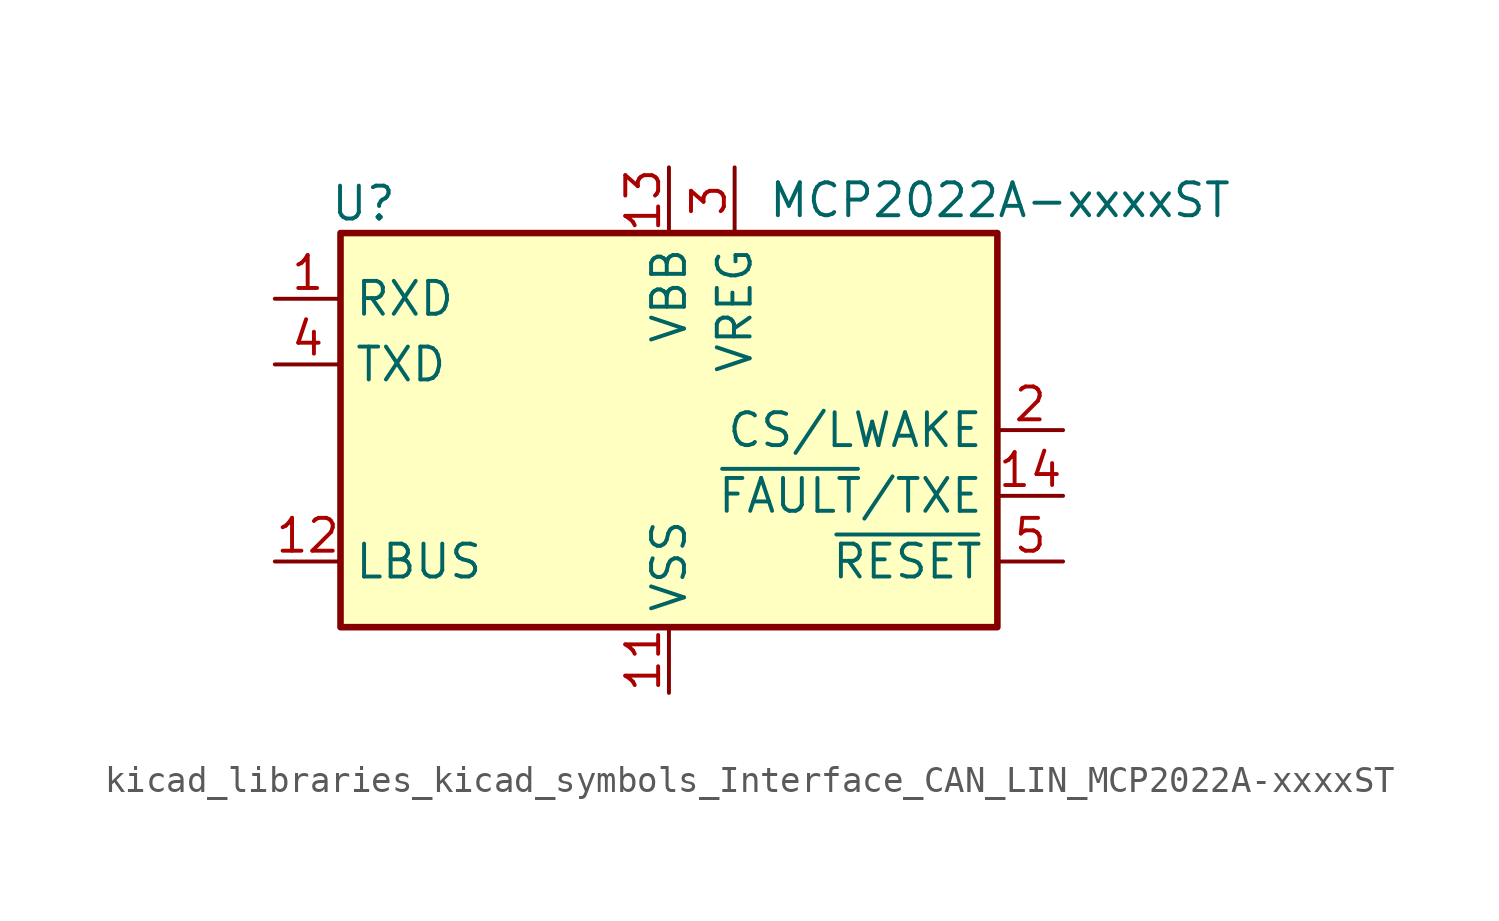
<source format=kicad_sym>
(kicad_symbol_lib
  (version 20220914)
  (generator kicad_symbol_editor)
  (symbol "kicad_libraries_kicad_symbols_Interface_CAN_LIN_MCP2022A-xxxxST"
    (property "Reference" "U"
      (at -11.811 8.763 0)
      (effects (font (size 1.27 1.27))))
    (property "Value" "MCP2022A-xxxxST"
      (at 3.81 8.89 0)
      (effects (font (size 1.27 1.27)) (justify left)))
    (symbol "kicad_libraries_kicad_symbols_Interface_CAN_LIN_MCP2022A-xxxxST_0_1"
      (rectangle (start -12.7 7.62) (end 12.7 -7.62) (stroke (width 0.254) (type default)) (fill (type background))))
    (symbol "kicad_libraries_kicad_symbols_Interface_CAN_LIN_MCP2022A-xxxxST_1_1"
      (pin output line (at -15.24 5.08 0) (length 2.54) (name "RXD" (effects (font (size 1.27 1.27)))) (number "1" (effects (font (size 1.27 1.27)))))
      (pin no_connect line (at -10.16 -7.62 90) (length 2.54) hide (name "NC" (effects (font (size 1.27 1.27)))) (number "10" (effects (font (size 1.27 1.27)))))
      (pin power_in line (at 0 -10.16 90) (length 2.54) (name "VSS" (effects (font (size 1.27 1.27)))) (number "11" (effects (font (size 1.27 1.27)))))
      (pin open_collector line (at -15.24 -5.08 0) (length 2.54) (name "LBUS" (effects (font (size 1.27 1.27)))) (number "12" (effects (font (size 1.27 1.27)))))
      (pin power_in line (at 0 10.16 270) (length 2.54) (name "VBB" (effects (font (size 1.27 1.27)))) (number "13" (effects (font (size 1.27 1.27)))))
      (pin open_collector line (at 15.24 -2.54 180) (length 2.54) (name "~{FAULT}/TXE" (effects (font (size 1.27 1.27)))) (number "14" (effects (font (size 1.27 1.27)))))
      (pin input line (at 15.24 0 180) (length 2.54) (name "CS/LWAKE" (effects (font (size 1.27 1.27)))) (number "2" (effects (font (size 1.27 1.27)))))
      (pin power_out line (at 2.54 10.16 270) (length 2.54) (name "VREG" (effects (font (size 1.27 1.27)))) (number "3" (effects (font (size 1.27 1.27)))))
      (pin input line (at -15.24 2.54 0) (length 2.54) (name "TXD" (effects (font (size 1.27 1.27)))) (number "4" (effects (font (size 1.27 1.27)))))
      (pin output line (at 15.24 -5.08 180) (length 2.54) (name "~{RESET}" (effects (font (size 1.27 1.27)))) (number "5" (effects (font (size 1.27 1.27)))))
      (pin no_connect line (at 2.54 -7.62 90) (length 2.54) hide (name "NC" (effects (font (size 1.27 1.27)))) (number "6" (effects (font (size 1.27 1.27)))))
      (pin no_connect line (at -2.54 -7.62 90) (length 2.54) hide (name "NC" (effects (font (size 1.27 1.27)))) (number "7" (effects (font (size 1.27 1.27)))))
      (pin no_connect line (at -5.08 -7.62 90) (length 2.54) hide (name "NC" (effects (font (size 1.27 1.27)))) (number "8" (effects (font (size 1.27 1.27)))))
      (pin no_connect line (at -7.62 -7.62 90) (length 2.54) hide (name "NC" (effects (font (size 1.27 1.27)))) (number "9" (effects (font (size 1.27 1.27))))))))
</source>
